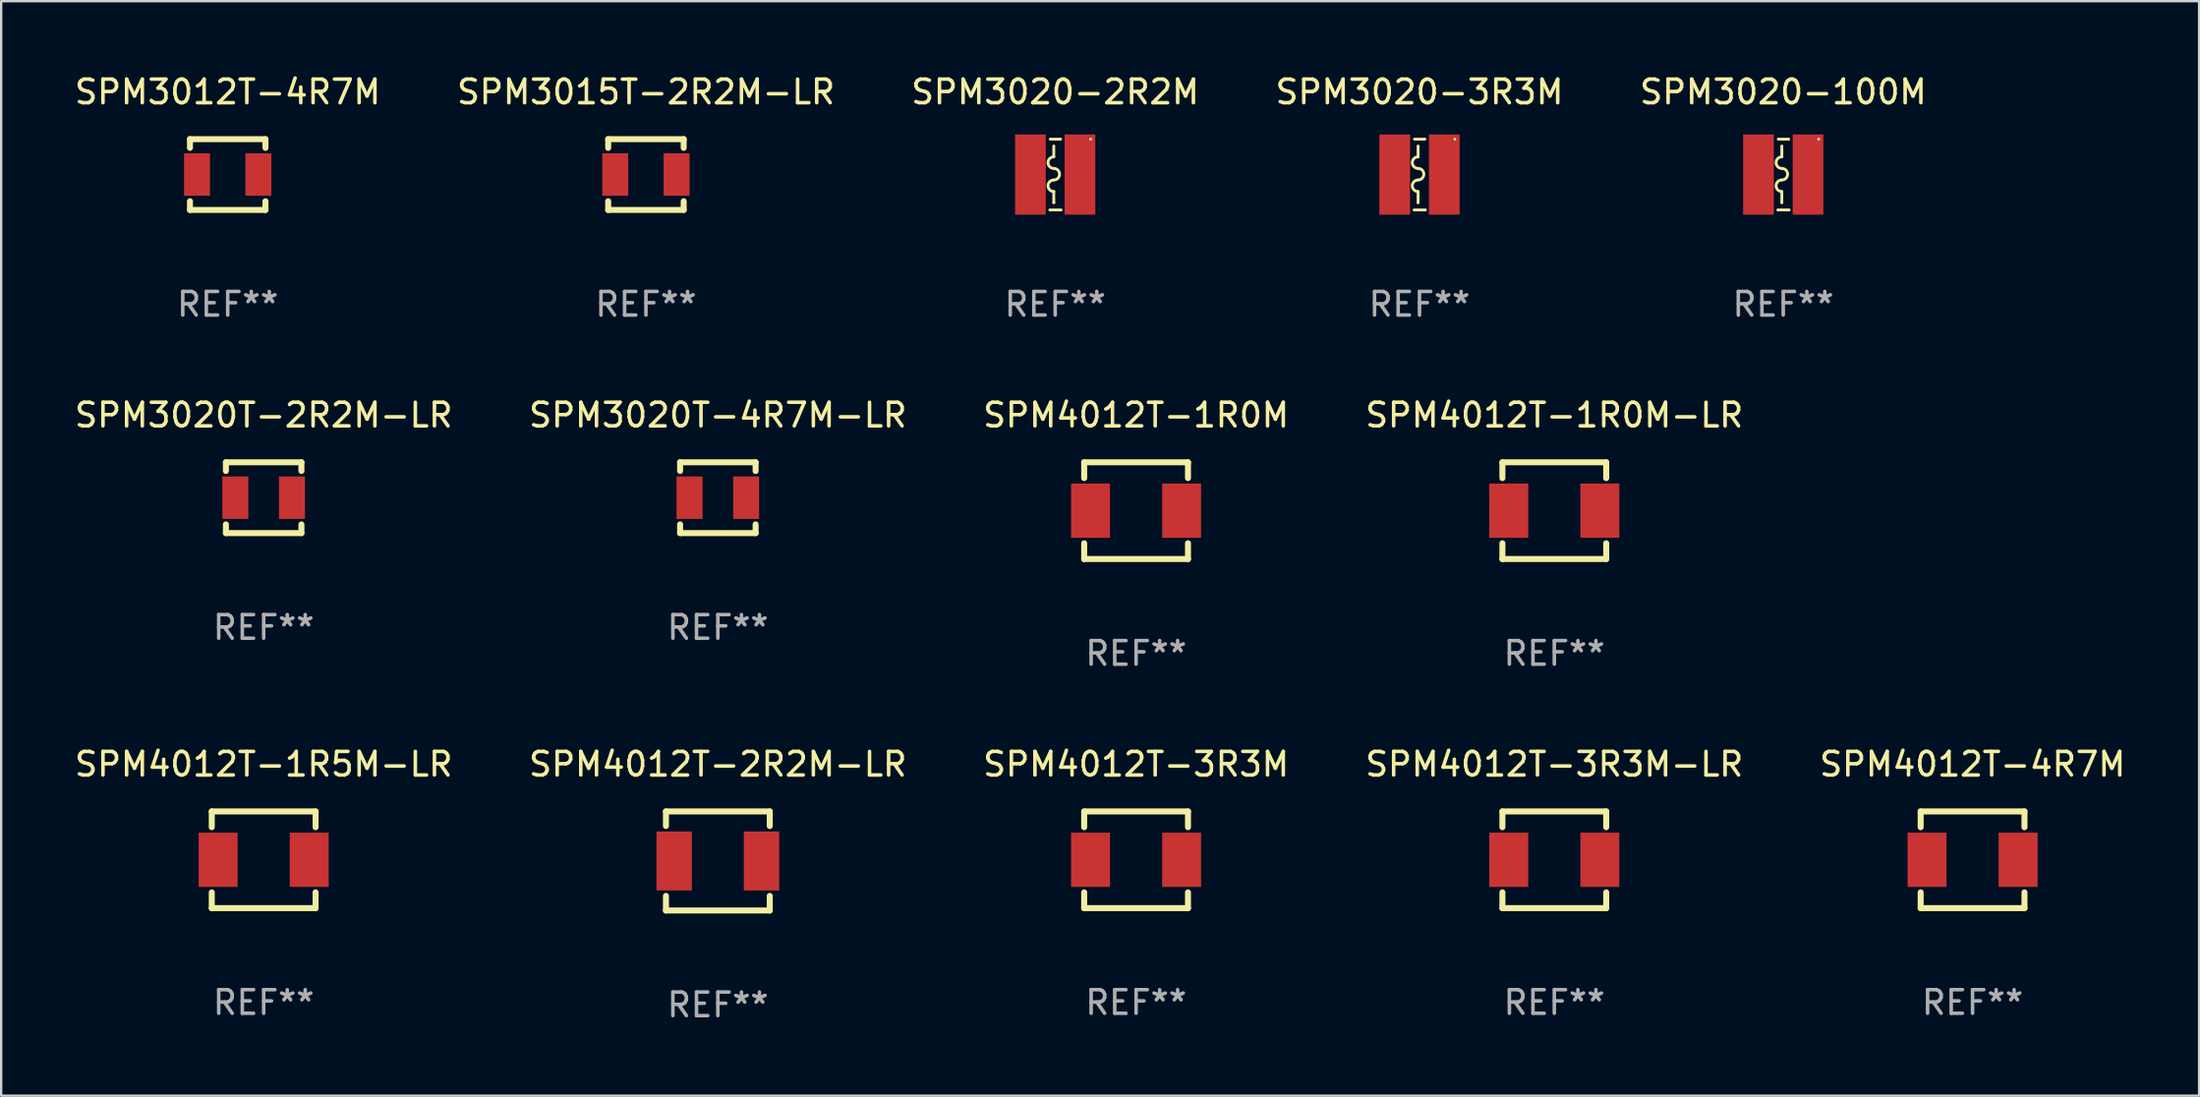
<source format=kicad_pcb>
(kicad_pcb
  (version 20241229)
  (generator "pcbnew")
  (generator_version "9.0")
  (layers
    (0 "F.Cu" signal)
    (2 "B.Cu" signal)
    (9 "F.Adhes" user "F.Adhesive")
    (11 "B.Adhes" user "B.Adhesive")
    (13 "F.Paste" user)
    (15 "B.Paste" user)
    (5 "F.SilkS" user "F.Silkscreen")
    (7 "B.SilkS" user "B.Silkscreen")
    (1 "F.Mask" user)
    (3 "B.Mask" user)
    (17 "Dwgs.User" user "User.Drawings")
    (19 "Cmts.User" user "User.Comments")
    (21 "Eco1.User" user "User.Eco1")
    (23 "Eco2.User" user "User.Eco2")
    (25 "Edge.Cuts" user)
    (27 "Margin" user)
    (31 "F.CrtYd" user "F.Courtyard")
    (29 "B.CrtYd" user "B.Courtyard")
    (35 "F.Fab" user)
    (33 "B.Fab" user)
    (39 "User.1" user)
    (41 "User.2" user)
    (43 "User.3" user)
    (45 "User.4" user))
  (footprint "SPM4012T-2R2M-LR"
    (layer "F.Cu")
    (at 27.375 33.442)
    (property "Reference" "SPM4012T-2R2M-LR" (at 0 -4.1 0) (layer "F.SilkS") (effects (font (size 1 1) (thickness 0.15))))
    (attr through_hole)
    (fp_line (start -2.2 -2.1) (end -2.2 -1.481) (stroke (width 0.254) (type solid)) (layer "F.SilkS"))
    (fp_line (start -2.2 -2.1) (end 2.2 -2.1) (stroke (width 0.254) (type solid)) (layer "F.SilkS"))
    (fp_line (start -2.2 1.481) (end -2.2 2.1) (stroke (width 0.254) (type solid)) (layer "F.SilkS"))
    (fp_line (start 2.2 -1.481) (end 2.2 -2.1) (stroke (width 0.254) (type solid)) (layer "F.SilkS"))
    (fp_line (start 2.2 2.1) (end -2.2 2.1) (stroke (width 0.254) (type solid)) (layer "F.SilkS"))
    (fp_line (start 2.2 2.1) (end 2.2 1.481) (stroke (width 0.254) (type solid)) (layer "F.SilkS"))
    (fp_circle (center -2.2 2.05) (end -2.17 2.05) (stroke (width 0.06) (type solid)) (fill no) (layer "F.SilkS"))
    (fp_text user "REF**" (at 0 6.1 0) (layer "F.Fab") (effects (font (size 1 1) (thickness 0.15))))
    (pad "1" smd rect (at -1.85 0) (size 1.5 2.5) (layers "F.Cu" "F.Mask" "F.Paste"))
    (pad "2" smd rect (at 1.85 0) (size 1.5 2.5) (layers "F.Cu" "F.Mask" "F.Paste")))
  (footprint "SPM4012T-3R3M-LR"
    (layer "F.Cu")
    (at 62.827 33.392)
    (property "Reference" "SPM4012T-3R3M-LR" (at 0 -4.05 0) (layer "F.SilkS") (effects (font (size 1 1) (thickness 0.15))))
    (attr through_hole)
    (fp_line (start -2.2 2.05) (end 2.2 2.05) (stroke (width 0.254) (type solid)) (layer "F.SilkS"))
    (fp_line (start -2.2 -2.05) (end -2.2 -1.381) (stroke (width 0.254) (type solid)) (layer "F.SilkS"))
    (fp_line (start -2.2 -2.05) (end 2.2 -2.05) (stroke (width 0.254) (type solid)) (layer "F.SilkS"))
    (fp_line (start -2.2 1.381) (end -2.2 2.05) (stroke (width 0.254) (type solid)) (layer "F.SilkS"))
    (fp_line (start 2.2 -1.381) (end 2.2 -2.05) (stroke (width 0.254) (type solid)) (layer "F.SilkS"))
    (fp_line (start 2.2 2.05) (end 2.2 1.381) (stroke (width 0.254) (type solid)) (layer "F.SilkS"))
    (fp_circle (center -2.2 2.05) (end -2.17 2.05) (stroke (width 0.06) (type solid)) (fill no) (layer "F.SilkS"))
    (fp_text user "REF**" (at 0 6.05 0) (layer "F.Fab") (effects (font (size 1 1) (thickness 0.15))))
    (pad "1" smd rect (at -1.93 0.000127 270) (size 2.3 1.65) (layers "F.Cu" "F.Mask" "F.Paste"))
    (pad "2" smd rect (at 1.93 0.000127 270) (size 2.3 1.65) (layers "F.Cu" "F.Mask" "F.Paste")))
  (footprint "SPM3020-100M"
    (layer "F.Cu")
    (at 72.53 4.348)
    (property "Reference" "SPM3020-100M" (at 0 -3.5 0) (layer "F.SilkS") (effects (font (size 1 1) (thickness 0.15))))
    (attr through_hole)
    (fp_line (start -0.23 1.5) (end 0.25 1.5) (stroke (width 0.12) (type solid)) (layer "F.SilkS"))
    (fp_line (start -0.21 -1.5) (end 0.23 -1.5) (stroke (width 0.12) (type solid)) (layer "F.SilkS"))
    (fp_line (start -0.06 -0.75) (end -0.06 -1.21) (stroke (width 0.12) (type solid)) (layer "F.SilkS"))
    (fp_line (start -0.06 0.72) (end -0.06 1.19) (stroke (width 0.12) (type solid)) (layer "F.SilkS"))
    (fp_arc (start -0.060071 -0.259893) (mid -0.305081 -0.504928) (end -0.060072 -0.749963) (stroke (width 0.11999) (type solid)) (layer "F.SilkS"))
    (fp_arc (start -0.060045 -0.259893) (mid 0.185014 -0.014821) (end -0.060046 0.230251) (stroke (width 0.11999) (type solid)) (layer "F.SilkS"))
    (fp_arc (start -0.060021 1.190018) (mid -0.059991 1.189946) (end -0.059919 1.189916) (stroke (width 0.11999) (type solid)) (layer "F.SilkS"))
    (fp_arc (start -0.059919 0.720371) (mid -0.304927 0.475337) (end -0.059918 0.230303) (stroke (width 0.11999) (type solid)) (layer "F.SilkS"))
    (fp_circle (center 1.5 -1.5) (end 1.53 -1.5) (stroke (width 0.06) (type solid)) (fill no) (layer "F.SilkS"))
    (fp_text user "REF**" (at 0 5.5 0) (layer "F.Fab") (effects (font (size 1 1) (thickness 0.15))))
    (pad "1" smd rect (at 1.05 0) (size 1.3 3.4) (layers "F.Cu" "F.Mask" "F.Paste"))
    (pad "2" smd rect (at -1.05 0) (size 1.3 3.4) (layers "F.Cu" "F.Mask" "F.Paste")))
  (footprint "SPM4012T-4R7M"
    (layer "F.Cu")
    (at 80.554 33.392)
    (property "Reference" "SPM4012T-4R7M" (at 0 -4.05 0) (layer "F.SilkS") (effects (font (size 1 1) (thickness 0.15))))
    (attr through_hole)
    (fp_line (start -2.2 2.05) (end 2.2 2.05) (stroke (width 0.254) (type solid)) (layer "F.SilkS"))
    (fp_line (start -2.2 -2.05) (end -2.2 -1.381) (stroke (width 0.254) (type solid)) (layer "F.SilkS"))
    (fp_line (start -2.2 -2.05) (end 2.2 -2.05) (stroke (width 0.254) (type solid)) (layer "F.SilkS"))
    (fp_line (start -2.2 1.381) (end -2.2 2.05) (stroke (width 0.254) (type solid)) (layer "F.SilkS"))
    (fp_line (start 2.2 -1.381) (end 2.2 -2.05) (stroke (width 0.254) (type solid)) (layer "F.SilkS"))
    (fp_line (start 2.2 2.05) (end 2.2 1.381) (stroke (width 0.254) (type solid)) (layer "F.SilkS"))
    (fp_circle (center -2.2 2.05) (end -2.17 2.05) (stroke (width 0.06) (type solid)) (fill no) (layer "F.SilkS"))
    (fp_text user "REF**" (at 0 6.05 0) (layer "F.Fab") (effects (font (size 1 1) (thickness 0.15))))
    (pad "1" smd rect (at -1.93 0.000127 270) (size 2.3 1.65) (layers "F.Cu" "F.Mask" "F.Paste"))
    (pad "2" smd rect (at 1.93 0.000127 270) (size 2.3 1.65) (layers "F.Cu" "F.Mask" "F.Paste")))
  (footprint "SPM3020-2R2M"
    (layer "F.Cu")
    (at 41.673 4.348)
    (property "Reference" "SPM3020-2R2M" (at 0 -3.5 0) (layer "F.SilkS") (effects (font (size 1 1) (thickness 0.15))))
    (attr through_hole)
    (fp_line (start -0.23 1.5) (end 0.25 1.5) (stroke (width 0.12) (type solid)) (layer "F.SilkS"))
    (fp_line (start -0.21 -1.5) (end 0.23 -1.5) (stroke (width 0.12) (type solid)) (layer "F.SilkS"))
    (fp_line (start -0.06 -0.75) (end -0.06 -1.21) (stroke (width 0.12) (type solid)) (layer "F.SilkS"))
    (fp_line (start -0.06 0.72) (end -0.06 1.19) (stroke (width 0.12) (type solid)) (layer "F.SilkS"))
    (fp_arc (start -0.060071 -0.259893) (mid -0.305081 -0.504928) (end -0.060072 -0.749963) (stroke (width 0.11999) (type solid)) (layer "F.SilkS"))
    (fp_arc (start -0.060045 -0.259893) (mid 0.185014 -0.014821) (end -0.060046 0.230251) (stroke (width 0.11999) (type solid)) (layer "F.SilkS"))
    (fp_arc (start -0.060021 1.190018) (mid -0.059991 1.189946) (end -0.059919 1.189916) (stroke (width 0.11999) (type solid)) (layer "F.SilkS"))
    (fp_arc (start -0.059919 0.720371) (mid -0.304927 0.475337) (end -0.059918 0.230303) (stroke (width 0.11999) (type solid)) (layer "F.SilkS"))
    (fp_circle (center 1.5 -1.5) (end 1.53 -1.5) (stroke (width 0.06) (type solid)) (fill no) (layer "F.SilkS"))
    (fp_text user "REF**" (at 0 5.5 0) (layer "F.Fab") (effects (font (size 1 1) (thickness 0.15))))
    (pad "1" smd rect (at 1.05 0) (size 1.3 3.4) (layers "F.Cu" "F.Mask" "F.Paste"))
    (pad "2" smd rect (at -1.05 0) (size 1.3 3.4) (layers "F.Cu" "F.Mask" "F.Paste")))
  (footprint "SPM4012T-1R0M-LR"
    (layer "F.Cu")
    (at 62.827 18.595)
    (property "Reference" "SPM4012T-1R0M-LR" (at 0 -4.05 0) (layer "F.SilkS") (effects (font (size 1 1) (thickness 0.15))))
    (attr through_hole)
    (fp_line (start -2.2 2.05) (end 2.2 2.05) (stroke (width 0.254) (type solid)) (layer "F.SilkS"))
    (fp_line (start -2.2 -2.05) (end -2.2 -1.381) (stroke (width 0.254) (type solid)) (layer "F.SilkS"))
    (fp_line (start -2.2 -2.05) (end 2.2 -2.05) (stroke (width 0.254) (type solid)) (layer "F.SilkS"))
    (fp_line (start -2.2 1.381) (end -2.2 2.05) (stroke (width 0.254) (type solid)) (layer "F.SilkS"))
    (fp_line (start 2.2 -1.381) (end 2.2 -2.05) (stroke (width 0.254) (type solid)) (layer "F.SilkS"))
    (fp_line (start 2.2 2.05) (end 2.2 1.381) (stroke (width 0.254) (type solid)) (layer "F.SilkS"))
    (fp_circle (center -2.2 2.05) (end -2.17 2.05) (stroke (width 0.06) (type solid)) (fill no) (layer "F.SilkS"))
    (fp_text user "REF**" (at 0 6.05 0) (layer "F.Fab") (effects (font (size 1 1) (thickness 0.15))))
    (pad "1" smd rect (at -1.93 0.000127 270) (size 2.3 1.65) (layers "F.Cu" "F.Mask" "F.Paste"))
    (pad "2" smd rect (at 1.93 0.000127 270) (size 2.3 1.65) (layers "F.Cu" "F.Mask" "F.Paste")))
  (footprint "SPM4012T-3R3M"
    (layer "F.Cu")
    (at 45.101 33.392)
    (property "Reference" "SPM4012T-3R3M" (at 0 -4.05 0) (layer "F.SilkS") (effects (font (size 1 1) (thickness 0.15))))
    (attr through_hole)
    (fp_line (start -2.2 2.05) (end 2.2 2.05) (stroke (width 0.254) (type solid)) (layer "F.SilkS"))
    (fp_line (start -2.2 -2.05) (end -2.2 -1.381) (stroke (width 0.254) (type solid)) (layer "F.SilkS"))
    (fp_line (start -2.2 -2.05) (end 2.2 -2.05) (stroke (width 0.254) (type solid)) (layer "F.SilkS"))
    (fp_line (start -2.2 1.381) (end -2.2 2.05) (stroke (width 0.254) (type solid)) (layer "F.SilkS"))
    (fp_line (start 2.2 -1.381) (end 2.2 -2.05) (stroke (width 0.254) (type solid)) (layer "F.SilkS"))
    (fp_line (start 2.2 2.05) (end 2.2 1.381) (stroke (width 0.254) (type solid)) (layer "F.SilkS"))
    (fp_circle (center -2.2 2.05) (end -2.17 2.05) (stroke (width 0.06) (type solid)) (fill no) (layer "F.SilkS"))
    (fp_text user "REF**" (at 0 6.05 0) (layer "F.Fab") (effects (font (size 1 1) (thickness 0.15))))
    (pad "1" smd rect (at -1.93 0.000127 270) (size 2.3 1.65) (layers "F.Cu" "F.Mask" "F.Paste"))
    (pad "2" smd rect (at 1.93 0.000127 270) (size 2.3 1.65) (layers "F.Cu" "F.Mask" "F.Paste")))
  (footprint "SPM3020T-2R2M-LR"
    (layer "F.Cu")
    (at 8.125 18.045)
    (property "Reference" "SPM3020T-2R2M-LR" (at 0 -3.5 0) (layer "F.SilkS") (effects (font (size 1 1) (thickness 0.15))))
    (attr through_hole)
    (fp_line (start -1.6 -1.5) (end -1.6 -1.131) (stroke (width 0.254) (type solid)) (layer "F.SilkS"))
    (fp_line (start -1.6 -1.5) (end 1.6 -1.5) (stroke (width 0.254) (type solid)) (layer "F.SilkS"))
    (fp_line (start -1.6 1.131) (end -1.6 1.5) (stroke (width 0.254) (type solid)) (layer "F.SilkS"))
    (fp_line (start 1.6 -1.131) (end 1.6 -1.5) (stroke (width 0.254) (type solid)) (layer "F.SilkS"))
    (fp_line (start 1.6 1.5) (end -1.6 1.5) (stroke (width 0.254) (type solid)) (layer "F.SilkS"))
    (fp_line (start 1.6 1.5) (end 1.6 1.131) (stroke (width 0.254) (type solid)) (layer "F.SilkS"))
    (fp_circle (center -1.603 -1.503) (end -1.573 -1.503) (stroke (width 0.06) (type solid)) (fill no) (layer "F.SilkS"))
    (fp_text user "REF**" (at 0 5.5 0) (layer "F.Fab") (effects (font (size 1 1) (thickness 0.15))))
    (pad "1" smd rect (at -1.2 0 90) (size 1.8 1.1) (layers "F.Cu" "F.Mask" "F.Paste"))
    (pad "2" smd rect (at 1.2 0 90) (size 1.8 1.1) (layers "F.Cu" "F.Mask" "F.Paste")))
  (footprint "SPM3020T-4R7M-LR"
    (layer "F.Cu")
    (at 27.375 18.045)
    (property "Reference" "SPM3020T-4R7M-LR" (at 0 -3.5 0) (layer "F.SilkS") (effects (font (size 1 1) (thickness 0.15))))
    (attr through_hole)
    (fp_line (start -1.6 -1.5) (end -1.6 -1.131) (stroke (width 0.254) (type solid)) (layer "F.SilkS"))
    (fp_line (start -1.6 -1.5) (end 1.6 -1.5) (stroke (width 0.254) (type solid)) (layer "F.SilkS"))
    (fp_line (start -1.6 1.131) (end -1.6 1.5) (stroke (width 0.254) (type solid)) (layer "F.SilkS"))
    (fp_line (start 1.6 -1.131) (end 1.6 -1.5) (stroke (width 0.254) (type solid)) (layer "F.SilkS"))
    (fp_line (start 1.6 1.5) (end -1.6 1.5) (stroke (width 0.254) (type solid)) (layer "F.SilkS"))
    (fp_line (start 1.6 1.5) (end 1.6 1.131) (stroke (width 0.254) (type solid)) (layer "F.SilkS"))
    (fp_circle (center -1.603 -1.503) (end -1.573 -1.503) (stroke (width 0.06) (type solid)) (fill no) (layer "F.SilkS"))
    (fp_text user "REF**" (at 0 5.5 0) (layer "F.Fab") (effects (font (size 1 1) (thickness 0.15))))
    (pad "1" smd rect (at -1.2 0 90) (size 1.8 1.1) (layers "F.Cu" "F.Mask" "F.Paste"))
    (pad "2" smd rect (at 1.2 0 90) (size 1.8 1.1) (layers "F.Cu" "F.Mask" "F.Paste")))
  (footprint "SPM4012T-1R5M-LR"
    (layer "F.Cu")
    (at 8.125 33.392)
    (property "Reference" "SPM4012T-1R5M-LR" (at 0 -4.05 0) (layer "F.SilkS") (effects (font (size 1 1) (thickness 0.15))))
    (attr through_hole)
    (fp_line (start -2.2 2.05) (end 2.2 2.05) (stroke (width 0.254) (type solid)) (layer "F.SilkS"))
    (fp_line (start -2.2 -2.05) (end -2.2 -1.381) (stroke (width 0.254) (type solid)) (layer "F.SilkS"))
    (fp_line (start -2.2 -2.05) (end 2.2 -2.05) (stroke (width 0.254) (type solid)) (layer "F.SilkS"))
    (fp_line (start -2.2 1.381) (end -2.2 2.05) (stroke (width 0.254) (type solid)) (layer "F.SilkS"))
    (fp_line (start 2.2 -1.381) (end 2.2 -2.05) (stroke (width 0.254) (type solid)) (layer "F.SilkS"))
    (fp_line (start 2.2 2.05) (end 2.2 1.381) (stroke (width 0.254) (type solid)) (layer "F.SilkS"))
    (fp_circle (center -2.2 2.05) (end -2.17 2.05) (stroke (width 0.06) (type solid)) (fill no) (layer "F.SilkS"))
    (fp_text user "REF**" (at 0 6.05 0) (layer "F.Fab") (effects (font (size 1 1) (thickness 0.15))))
    (pad "1" smd rect (at -1.93 0.000127 270) (size 2.3 1.65) (layers "F.Cu" "F.Mask" "F.Paste"))
    (pad "2" smd rect (at 1.93 0.000127 270) (size 2.3 1.65) (layers "F.Cu" "F.Mask" "F.Paste")))
  (footprint "SPM3015T-2R2M-LR"
    (layer "F.Cu")
    (at 24.327 4.348)
    (property "Reference" "SPM3015T-2R2M-LR" (at 0 -3.5 0) (layer "F.SilkS") (effects (font (size 1 1) (thickness 0.15))))
    (attr through_hole)
    (fp_line (start -1.6 -1.5) (end -1.6 -1.131) (stroke (width 0.254) (type solid)) (layer "F.SilkS"))
    (fp_line (start -1.6 -1.5) (end 1.6 -1.5) (stroke (width 0.254) (type solid)) (layer "F.SilkS"))
    (fp_line (start -1.6 1.131) (end -1.6 1.5) (stroke (width 0.254) (type solid)) (layer "F.SilkS"))
    (fp_line (start 1.6 -1.131) (end 1.6 -1.5) (stroke (width 0.254) (type solid)) (layer "F.SilkS"))
    (fp_line (start 1.6 1.5) (end -1.6 1.5) (stroke (width 0.254) (type solid)) (layer "F.SilkS"))
    (fp_line (start 1.6 1.5) (end 1.6 1.131) (stroke (width 0.254) (type solid)) (layer "F.SilkS"))
    (fp_circle (center -1.6 1.5) (end -1.57 1.5) (stroke (width 0.06) (type solid)) (fill no) (layer "F.SilkS"))
    (fp_text user "REF**" (at 0 5.5 0) (layer "F.Fab") (effects (font (size 1 1) (thickness 0.15))))
    (pad "1" smd rect (at -1.3 0 90) (size 1.8 1.1) (layers "F.Cu" "F.Mask" "F.Paste"))
    (pad "2" smd rect (at 1.3 0 90) (size 1.8 1.1) (layers "F.Cu" "F.Mask" "F.Paste")))
  (footprint "SPM3020-3R3M"
    (layer "F.Cu")
    (at 57.113 4.348)
    (property "Reference" "SPM3020-3R3M" (at 0 -3.5 0) (layer "F.SilkS") (effects (font (size 1 1) (thickness 0.15))))
    (attr through_hole)
    (fp_line (start -0.23 1.5) (end 0.25 1.5) (stroke (width 0.12) (type solid)) (layer "F.SilkS"))
    (fp_line (start -0.21 -1.5) (end 0.23 -1.5) (stroke (width 0.12) (type solid)) (layer "F.SilkS"))
    (fp_line (start -0.06 -0.75) (end -0.06 -1.21) (stroke (width 0.12) (type solid)) (layer "F.SilkS"))
    (fp_line (start -0.06 0.72) (end -0.06 1.19) (stroke (width 0.12) (type solid)) (layer "F.SilkS"))
    (fp_arc (start -0.060071 -0.259893) (mid -0.305081 -0.504928) (end -0.060072 -0.749963) (stroke (width 0.11999) (type solid)) (layer "F.SilkS"))
    (fp_arc (start -0.060045 -0.259893) (mid 0.185014 -0.014821) (end -0.060046 0.230251) (stroke (width 0.11999) (type solid)) (layer "F.SilkS"))
    (fp_arc (start -0.060021 1.190018) (mid -0.059991 1.189946) (end -0.059919 1.189916) (stroke (width 0.11999) (type solid)) (layer "F.SilkS"))
    (fp_arc (start -0.059919 0.720371) (mid -0.304927 0.475337) (end -0.059918 0.230303) (stroke (width 0.11999) (type solid)) (layer "F.SilkS"))
    (fp_circle (center 1.5 -1.5) (end 1.53 -1.5) (stroke (width 0.06) (type solid)) (fill no) (layer "F.SilkS"))
    (fp_text user "REF**" (at 0 5.5 0) (layer "F.Fab") (effects (font (size 1 1) (thickness 0.15))))
    (pad "1" smd rect (at 1.05 0) (size 1.3 3.4) (layers "F.Cu" "F.Mask" "F.Paste"))
    (pad "2" smd rect (at -1.05 0) (size 1.3 3.4) (layers "F.Cu" "F.Mask" "F.Paste")))
  (footprint "SPM4012T-1R0M"
    (layer "F.Cu")
    (at 45.101 18.595)
    (property "Reference" "SPM4012T-1R0M" (at 0 -4.05 0) (layer "F.SilkS") (effects (font (size 1 1) (thickness 0.15))))
    (attr through_hole)
    (fp_line (start -2.2 2.05) (end 2.2 2.05) (stroke (width 0.254) (type solid)) (layer "F.SilkS"))
    (fp_line (start -2.2 -2.05) (end -2.2 -1.381) (stroke (width 0.254) (type solid)) (layer "F.SilkS"))
    (fp_line (start -2.2 -2.05) (end 2.2 -2.05) (stroke (width 0.254) (type solid)) (layer "F.SilkS"))
    (fp_line (start -2.2 1.381) (end -2.2 2.05) (stroke (width 0.254) (type solid)) (layer "F.SilkS"))
    (fp_line (start 2.2 -1.381) (end 2.2 -2.05) (stroke (width 0.254) (type solid)) (layer "F.SilkS"))
    (fp_line (start 2.2 2.05) (end 2.2 1.381) (stroke (width 0.254) (type solid)) (layer "F.SilkS"))
    (fp_circle (center -2.2 2.05) (end -2.17 2.05) (stroke (width 0.06) (type solid)) (fill no) (layer "F.SilkS"))
    (fp_text user "REF**" (at 0 6.05 0) (layer "F.Fab") (effects (font (size 1 1) (thickness 0.15))))
    (pad "1" smd rect (at -1.93 0.000127 270) (size 2.3 1.65) (layers "F.Cu" "F.Mask" "F.Paste"))
    (pad "2" smd rect (at 1.93 0.000127 270) (size 2.3 1.65) (layers "F.Cu" "F.Mask" "F.Paste")))
  (footprint "SPM3012T-4R7M"
    (layer "F.Cu")
    (at 6.601 4.348)
    (property "Reference" "SPM3012T-4R7M" (at 0 -3.5 0) (layer "F.SilkS") (effects (font (size 1 1) (thickness 0.15))))
    (attr through_hole)
    (fp_line (start -1.6 -1.5) (end -1.6 -1.131) (stroke (width 0.254) (type solid)) (layer "F.SilkS"))
    (fp_line (start -1.6 -1.5) (end 1.6 -1.5) (stroke (width 0.254) (type solid)) (layer "F.SilkS"))
    (fp_line (start -1.6 1.131) (end -1.6 1.5) (stroke (width 0.254) (type solid)) (layer "F.SilkS"))
    (fp_line (start 1.6 -1.131) (end 1.6 -1.5) (stroke (width 0.254) (type solid)) (layer "F.SilkS"))
    (fp_line (start 1.6 1.5) (end -1.6 1.5) (stroke (width 0.254) (type solid)) (layer "F.SilkS"))
    (fp_line (start 1.6 1.5) (end 1.6 1.131) (stroke (width 0.254) (type solid)) (layer "F.SilkS"))
    (fp_circle (center -1.6 1.5) (end -1.57 1.5) (stroke (width 0.06) (type solid)) (fill no) (layer "F.SilkS"))
    (fp_text user "REF**" (at 0 5.5 0) (layer "F.Fab") (effects (font (size 1 1) (thickness 0.15))))
    (pad "1" smd rect (at -1.3 0 90) (size 1.8 1.1) (layers "F.Cu" "F.Mask" "F.Paste"))
    (pad "2" smd rect (at 1.3 0 90) (size 1.8 1.1) (layers "F.Cu" "F.Mask" "F.Paste")))
  (gr_rect
    (start -3 -3)
    (end 90.155 43.39)
    (stroke (width 0.1) (type default))
    (fill no)
    (layer "Edge.Cuts")))
</source>
